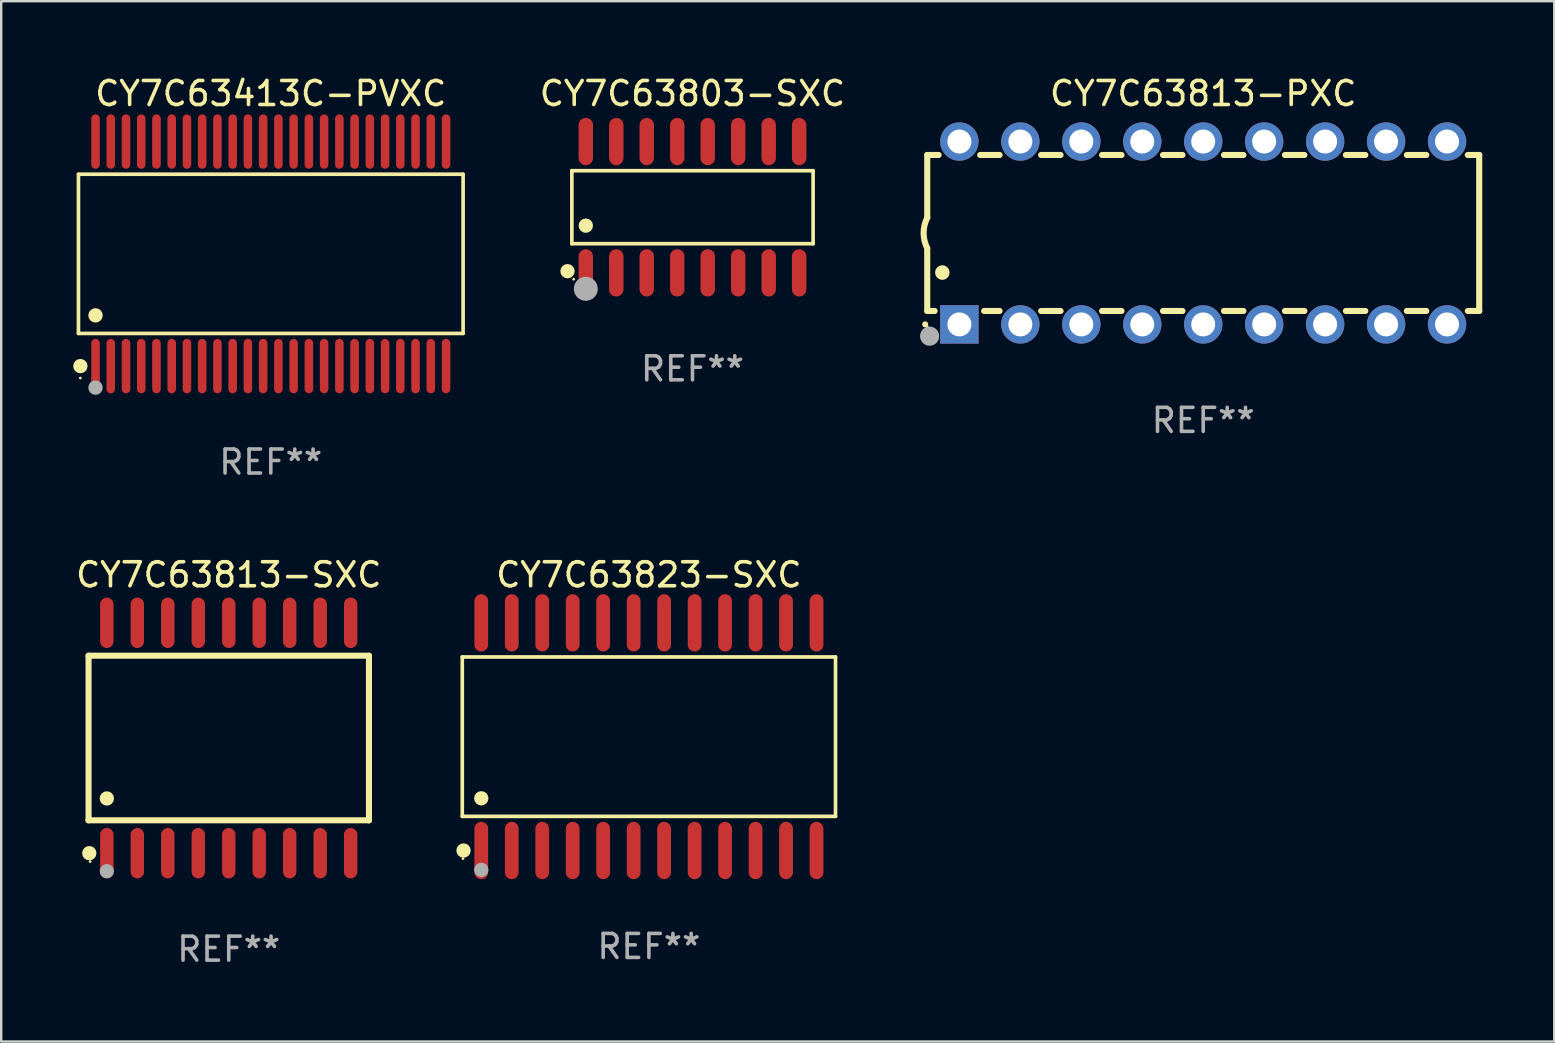
<source format=kicad_pcb>
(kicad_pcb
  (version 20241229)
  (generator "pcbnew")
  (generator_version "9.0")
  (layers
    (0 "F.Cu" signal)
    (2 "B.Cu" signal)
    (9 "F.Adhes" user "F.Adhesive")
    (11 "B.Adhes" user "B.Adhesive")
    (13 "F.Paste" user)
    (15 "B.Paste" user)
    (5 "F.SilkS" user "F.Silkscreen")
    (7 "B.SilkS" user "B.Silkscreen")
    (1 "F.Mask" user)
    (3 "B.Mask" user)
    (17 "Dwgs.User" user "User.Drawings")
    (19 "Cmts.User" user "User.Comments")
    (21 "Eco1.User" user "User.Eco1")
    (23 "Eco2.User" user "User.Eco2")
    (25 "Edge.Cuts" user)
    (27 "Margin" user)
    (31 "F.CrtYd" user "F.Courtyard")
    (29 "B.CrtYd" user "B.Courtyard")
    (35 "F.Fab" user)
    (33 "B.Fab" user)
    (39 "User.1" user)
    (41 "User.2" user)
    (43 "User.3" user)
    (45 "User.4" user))
  (footprint "CY7C63413C-PVXC"
    (layer "F.Cu")
    (at 8.233 7.527)
    (property "Reference" "CY7C63413C-PVXC" (at 0 -6.678 0) (layer "F.SilkS") (effects (font (size 1 1) (thickness 0.15))))
    (attr through_hole)
    (fp_line (start -8.014 -3.316) (end 8.014 -3.316) (stroke (width 0.152) (type solid)) (layer "F.SilkS"))
    (fp_line (start -8.014 3.316) (end -8.014 -3.316) (stroke (width 0.152) (type solid)) (layer "F.SilkS"))
    (fp_line (start 8.014 -3.316) (end 8.014 3.316) (stroke (width 0.152) (type solid)) (layer "F.SilkS"))
    (fp_line (start 8.014 3.316) (end -8.014 3.316) (stroke (width 0.152) (type solid)) (layer "F.SilkS"))
    (fp_circle (center -7.938 5.175) (end -7.908 5.175) (stroke (width 0.06) (type solid)) (fill no) (layer "F.SilkS"))
    (fp_circle (center -7.933 4.678) (end -7.783 4.678) (stroke (width 0.3) (type solid)) (fill no) (layer "F.SilkS"))
    (fp_circle (center -7.303 2.564) (end -7.152 2.564) (stroke (width 0.3) (type solid)) (fill no) (layer "F.SilkS"))
    (fp_circle (center -7.303 5.575) (end -7.152 5.575) (stroke (width 0.3) (type solid)) (fill no) (layer "F.Fab"))
    (fp_text user "REF**" (at 0 8.678 0) (layer "F.Fab") (effects (font (size 1 1) (thickness 0.15))))
    (pad "1" smd oval (at -7.303 4.678) (size 0.356 2.267) (layers "F.Cu" "F.Mask" "F.Paste"))
    (pad "2" smd oval (at -6.668 4.678) (size 0.356 2.267) (layers "F.Cu" "F.Mask" "F.Paste"))
    (pad "3" smd oval (at -6.033 4.678) (size 0.356 2.267) (layers "F.Cu" "F.Mask" "F.Paste"))
    (pad "4" smd oval (at -5.398 4.678) (size 0.356 2.267) (layers "F.Cu" "F.Mask" "F.Paste"))
    (pad "5" smd oval (at -4.763 4.678) (size 0.356 2.267) (layers "F.Cu" "F.Mask" "F.Paste"))
    (pad "6" smd oval (at -4.128 4.678) (size 0.356 2.267) (layers "F.Cu" "F.Mask" "F.Paste"))
    (pad "7" smd oval (at -3.493 4.678) (size 0.356 2.267) (layers "F.Cu" "F.Mask" "F.Paste"))
    (pad "8" smd oval (at -2.858 4.678) (size 0.356 2.267) (layers "F.Cu" "F.Mask" "F.Paste"))
    (pad "9" smd oval (at -2.223 4.678) (size 0.356 2.267) (layers "F.Cu" "F.Mask" "F.Paste"))
    (pad "10" smd oval (at -1.588 4.678) (size 0.356 2.267) (layers "F.Cu" "F.Mask" "F.Paste"))
    (pad "11" smd oval (at -0.953 4.678) (size 0.356 2.267) (layers "F.Cu" "F.Mask" "F.Paste"))
    (pad "12" smd oval (at -0.318 4.678) (size 0.356 2.267) (layers "F.Cu" "F.Mask" "F.Paste"))
    (pad "13" smd oval (at 0.318 4.678) (size 0.356 2.267) (layers "F.Cu" "F.Mask" "F.Paste"))
    (pad "14" smd oval (at 0.953 4.678) (size 0.356 2.267) (layers "F.Cu" "F.Mask" "F.Paste"))
    (pad "15" smd oval (at 1.588 4.678) (size 0.356 2.267) (layers "F.Cu" "F.Mask" "F.Paste"))
    (pad "16" smd oval (at 2.223 4.678) (size 0.356 2.267) (layers "F.Cu" "F.Mask" "F.Paste"))
    (pad "17" smd oval (at 2.858 4.678) (size 0.356 2.267) (layers "F.Cu" "F.Mask" "F.Paste"))
    (pad "18" smd oval (at 3.493 4.678) (size 0.356 2.267) (layers "F.Cu" "F.Mask" "F.Paste"))
    (pad "19" smd oval (at 4.128 4.678) (size 0.356 2.267) (layers "F.Cu" "F.Mask" "F.Paste"))
    (pad "20" smd oval (at 4.763 4.678) (size 0.356 2.267) (layers "F.Cu" "F.Mask" "F.Paste"))
    (pad "21" smd oval (at 5.398 4.678) (size 0.356 2.267) (layers "F.Cu" "F.Mask" "F.Paste"))
    (pad "22" smd oval (at 6.033 4.678) (size 0.356 2.267) (layers "F.Cu" "F.Mask" "F.Paste"))
    (pad "23" smd oval (at 6.668 4.678) (size 0.356 2.267) (layers "F.Cu" "F.Mask" "F.Paste"))
    (pad "24" smd oval (at 7.303 4.678) (size 0.356 2.267) (layers "F.Cu" "F.Mask" "F.Paste"))
    (pad "25" smd oval (at 7.303 -4.678) (size 0.356 2.267) (layers "F.Cu" "F.Mask" "F.Paste"))
    (pad "26" smd oval (at 6.668 -4.678) (size 0.356 2.267) (layers "F.Cu" "F.Mask" "F.Paste"))
    (pad "27" smd oval (at 6.033 -4.678) (size 0.356 2.267) (layers "F.Cu" "F.Mask" "F.Paste"))
    (pad "28" smd oval (at 5.398 -4.678) (size 0.356 2.267) (layers "F.Cu" "F.Mask" "F.Paste"))
    (pad "29" smd oval (at 4.763 -4.678) (size 0.356 2.267) (layers "F.Cu" "F.Mask" "F.Paste"))
    (pad "30" smd oval (at 4.128 -4.678) (size 0.356 2.267) (layers "F.Cu" "F.Mask" "F.Paste"))
    (pad "31" smd oval (at 3.493 -4.678) (size 0.356 2.267) (layers "F.Cu" "F.Mask" "F.Paste"))
    (pad "32" smd oval (at 2.858 -4.678) (size 0.356 2.267) (layers "F.Cu" "F.Mask" "F.Paste"))
    (pad "33" smd oval (at 2.223 -4.678) (size 0.356 2.267) (layers "F.Cu" "F.Mask" "F.Paste"))
    (pad "34" smd oval (at 1.588 -4.678) (size 0.356 2.267) (layers "F.Cu" "F.Mask" "F.Paste"))
    (pad "35" smd oval (at 0.953 -4.678) (size 0.356 2.267) (layers "F.Cu" "F.Mask" "F.Paste"))
    (pad "36" smd oval (at 0.318 -4.678) (size 0.356 2.267) (layers "F.Cu" "F.Mask" "F.Paste"))
    (pad "37" smd oval (at -0.318 -4.678) (size 0.356 2.267) (layers "F.Cu" "F.Mask" "F.Paste"))
    (pad "38" smd oval (at -0.953 -4.678) (size 0.356 2.267) (layers "F.Cu" "F.Mask" "F.Paste"))
    (pad "39" smd oval (at -1.588 -4.678) (size 0.356 2.267) (layers "F.Cu" "F.Mask" "F.Paste"))
    (pad "40" smd oval (at -2.223 -4.678) (size 0.356 2.267) (layers "F.Cu" "F.Mask" "F.Paste"))
    (pad "41" smd oval (at -2.858 -4.678) (size 0.356 2.267) (layers "F.Cu" "F.Mask" "F.Paste"))
    (pad "42" smd oval (at -3.493 -4.678) (size 0.356 2.267) (layers "F.Cu" "F.Mask" "F.Paste"))
    (pad "43" smd oval (at -4.128 -4.678) (size 0.356 2.267) (layers "F.Cu" "F.Mask" "F.Paste"))
    (pad "44" smd oval (at -4.763 -4.678) (size 0.356 2.267) (layers "F.Cu" "F.Mask" "F.Paste"))
    (pad "45" smd oval (at -5.398 -4.678) (size 0.356 2.267) (layers "F.Cu" "F.Mask" "F.Paste"))
    (pad "46" smd oval (at -6.033 -4.678) (size 0.356 2.267) (layers "F.Cu" "F.Mask" "F.Paste"))
    (pad "47" smd oval (at -6.668 -4.678) (size 0.356 2.267) (layers "F.Cu" "F.Mask" "F.Paste"))
    (pad "48" smd oval (at -7.303 -4.678) (size 0.356 2.267) (layers "F.Cu" "F.Mask" "F.Paste")))
  (footprint "CY7C63823-SXC"
    (layer "F.Cu")
    (at 23.989 27.646)
    (property "Reference" "CY7C63823-SXC" (at 0 -6.744 0) (layer "F.SilkS") (effects (font (size 1 1) (thickness 0.15))))
    (attr through_hole)
    (fp_line (start -7.776 -3.321) (end 7.776 -3.321) (stroke (width 0.152) (type solid)) (layer "F.SilkS"))
    (fp_line (start -7.776 3.321) (end -7.776 -3.321) (stroke (width 0.152) (type solid)) (layer "F.SilkS"))
    (fp_line (start 7.776 -3.321) (end 7.776 3.321) (stroke (width 0.152) (type solid)) (layer "F.SilkS"))
    (fp_line (start 7.776 3.321) (end -7.776 3.321) (stroke (width 0.152) (type solid)) (layer "F.SilkS"))
    (fp_circle (center -7.747 5.08) (end -7.717 5.08) (stroke (width 0.06) (type solid)) (fill no) (layer "F.SilkS"))
    (fp_circle (center -7.724 4.744) (end -7.574 4.744) (stroke (width 0.3) (type solid)) (fill no) (layer "F.SilkS"))
    (fp_circle (center -6.985 2.569) (end -6.835 2.569) (stroke (width 0.3) (type solid)) (fill no) (layer "F.SilkS"))
    (fp_circle (center -6.985 5.55) (end -6.835 5.55) (stroke (width 0.3) (type solid)) (fill no) (layer "F.Fab"))
    (fp_text user "REF**" (at 0 8.744 0) (layer "F.Fab") (effects (font (size 1 1) (thickness 0.15))))
    (pad "1" smd oval (at -6.985 4.744) (size 0.574 2.388) (layers "F.Cu" "F.Mask" "F.Paste"))
    (pad "2" smd oval (at -5.715 4.744) (size 0.574 2.388) (layers "F.Cu" "F.Mask" "F.Paste"))
    (pad "3" smd oval (at -4.445 4.744) (size 0.574 2.388) (layers "F.Cu" "F.Mask" "F.Paste"))
    (pad "4" smd oval (at -3.175 4.744) (size 0.574 2.388) (layers "F.Cu" "F.Mask" "F.Paste"))
    (pad "5" smd oval (at -1.905 4.744) (size 0.574 2.388) (layers "F.Cu" "F.Mask" "F.Paste"))
    (pad "6" smd oval (at -0.635 4.744) (size 0.574 2.388) (layers "F.Cu" "F.Mask" "F.Paste"))
    (pad "7" smd oval (at 0.635 4.744) (size 0.574 2.388) (layers "F.Cu" "F.Mask" "F.Paste"))
    (pad "8" smd oval (at 1.905 4.744) (size 0.574 2.388) (layers "F.Cu" "F.Mask" "F.Paste"))
    (pad "9" smd oval (at 3.175 4.744) (size 0.574 2.388) (layers "F.Cu" "F.Mask" "F.Paste"))
    (pad "10" smd oval (at 4.445 4.744) (size 0.574 2.388) (layers "F.Cu" "F.Mask" "F.Paste"))
    (pad "11" smd oval (at 5.715 4.744) (size 0.574 2.388) (layers "F.Cu" "F.Mask" "F.Paste"))
    (pad "12" smd oval (at 6.985 4.744) (size 0.574 2.388) (layers "F.Cu" "F.Mask" "F.Paste"))
    (pad "13" smd oval (at 6.985 -4.744) (size 0.574 2.388) (layers "F.Cu" "F.Mask" "F.Paste"))
    (pad "14" smd oval (at 5.715 -4.744) (size 0.574 2.388) (layers "F.Cu" "F.Mask" "F.Paste"))
    (pad "15" smd oval (at 4.445 -4.744) (size 0.574 2.388) (layers "F.Cu" "F.Mask" "F.Paste"))
    (pad "16" smd oval (at 3.175 -4.744) (size 0.574 2.388) (layers "F.Cu" "F.Mask" "F.Paste"))
    (pad "17" smd oval (at 1.905 -4.744) (size 0.574 2.388) (layers "F.Cu" "F.Mask" "F.Paste"))
    (pad "18" smd oval (at 0.635 -4.744) (size 0.574 2.388) (layers "F.Cu" "F.Mask" "F.Paste"))
    (pad "19" smd oval (at -0.635 -4.744) (size 0.574 2.388) (layers "F.Cu" "F.Mask" "F.Paste"))
    (pad "20" smd oval (at -1.905 -4.744) (size 0.574 2.388) (layers "F.Cu" "F.Mask" "F.Paste"))
    (pad "21" smd oval (at -3.175 -4.744) (size 0.574 2.388) (layers "F.Cu" "F.Mask" "F.Paste"))
    (pad "22" smd oval (at -4.445 -4.744) (size 0.574 2.388) (layers "F.Cu" "F.Mask" "F.Paste"))
    (pad "23" smd oval (at -5.715 -4.744) (size 0.574 2.388) (layers "F.Cu" "F.Mask" "F.Paste"))
    (pad "24" smd oval (at -6.985 -4.744) (size 0.574 2.388) (layers "F.Cu" "F.Mask" "F.Paste")))
  (footprint "CY7C63813-SXC"
    (layer "F.Cu")
    (at 6.482 27.702)
    (property "Reference" "CY7C63813-SXC" (at 0 -6.8 0) (layer "F.SilkS") (effects (font (size 1 1) (thickness 0.15))))
    (attr through_hole)
    (fp_line (start -5.842 -3.429) (end -5.842 3.429) (stroke (width 0.254) (type solid)) (layer "F.SilkS"))
    (fp_line (start -5.842 3.429) (end 5.842 3.429) (stroke (width 0.254) (type solid)) (layer "F.SilkS"))
    (fp_line (start 5.842 -3.429) (end -5.842 -3.429) (stroke (width 0.254) (type solid)) (layer "F.SilkS"))
    (fp_line (start 5.842 3.429) (end 5.842 -3.429) (stroke (width 0.254) (type solid)) (layer "F.SilkS"))
    (fp_circle (center -5.812 4.8) (end -5.662 4.8) (stroke (width 0.3) (type solid)) (fill no) (layer "F.SilkS"))
    (fp_circle (center -5.775 5.15) (end -5.745 5.15) (stroke (width 0.06) (type solid)) (fill no) (layer "F.SilkS"))
    (fp_circle (center -5.08 2.519) (end -4.93 2.519) (stroke (width 0.3) (type solid)) (fill no) (layer "F.SilkS"))
    (fp_circle (center -5.08 5.55) (end -4.93 5.55) (stroke (width 0.3) (type solid)) (fill no) (layer "F.Fab"))
    (fp_text user "REF**" (at 0 8.8 0) (layer "F.Fab") (effects (font (size 1 1) (thickness 0.15))))
    (pad "1" smd oval (at -5.08 4.8) (size 0.56 2.1) (layers "F.Cu" "F.Mask" "F.Paste"))
    (pad "2" smd oval (at -3.81 4.8) (size 0.56 2.1) (layers "F.Cu" "F.Mask" "F.Paste"))
    (pad "3" smd oval (at -2.54 4.8) (size 0.56 2.1) (layers "F.Cu" "F.Mask" "F.Paste"))
    (pad "4" smd oval (at -1.27 4.8) (size 0.56 2.1) (layers "F.Cu" "F.Mask" "F.Paste"))
    (pad "5" smd oval (at 0 4.8) (size 0.56 2.1) (layers "F.Cu" "F.Mask" "F.Paste"))
    (pad "6" smd oval (at 1.27 4.8) (size 0.56 2.1) (layers "F.Cu" "F.Mask" "F.Paste"))
    (pad "7" smd oval (at 2.54 4.8) (size 0.56 2.1) (layers "F.Cu" "F.Mask" "F.Paste"))
    (pad "8" smd oval (at 3.81 4.8) (size 0.56 2.1) (layers "F.Cu" "F.Mask" "F.Paste"))
    (pad "9" smd oval (at 5.08 4.8) (size 0.56 2.1) (layers "F.Cu" "F.Mask" "F.Paste"))
    (pad "10" smd oval (at 5.08 -4.8) (size 0.56 2.1) (layers "F.Cu" "F.Mask" "F.Paste"))
    (pad "11" smd oval (at 3.81 -4.8) (size 0.56 2.1) (layers "F.Cu" "F.Mask" "F.Paste"))
    (pad "12" smd oval (at 2.54 -4.8) (size 0.56 2.1) (layers "F.Cu" "F.Mask" "F.Paste"))
    (pad "13" smd oval (at 1.27 -4.8) (size 0.56 2.1) (layers "F.Cu" "F.Mask" "F.Paste"))
    (pad "14" smd oval (at 0 -4.8) (size 0.56 2.1) (layers "F.Cu" "F.Mask" "F.Paste"))
    (pad "15" smd oval (at -1.27 -4.8) (size 0.56 2.1) (layers "F.Cu" "F.Mask" "F.Paste"))
    (pad "16" smd oval (at -2.54 -4.8) (size 0.56 2.1) (layers "F.Cu" "F.Mask" "F.Paste"))
    (pad "17" smd oval (at -3.81 -4.8) (size 0.56 2.1) (layers "F.Cu" "F.Mask" "F.Paste"))
    (pad "18" smd oval (at -5.08 -4.8) (size 0.56 2.1) (layers "F.Cu" "F.Mask" "F.Paste")))
  (footprint "CY7C63813-PXC"
    (layer "F.Cu")
    (at 47.087 6.658)
    (property "Reference" "CY7C63813-PXC" (at 0 -5.81 0) (layer "F.SilkS") (effects (font (size 1 1) (thickness 0.15))))
    (attr through_hole)
    (fp_line (start -11.5 -3.25) (end -11.5 -0.635) (stroke (width 0.254) (type solid)) (layer "F.SilkS"))
    (fp_line (start -11.5 3.25) (end -11.5 0.635) (stroke (width 0.254) (type solid)) (layer "F.SilkS"))
    (fp_line (start -11.5 3.25) (end -11.191 3.25) (stroke (width 0.254) (type solid)) (layer "F.SilkS"))
    (fp_line (start -11.025 -3.25) (end -11.5 -3.25) (stroke (width 0.254) (type solid)) (layer "F.SilkS"))
    (fp_line (start -9.129 3.25) (end -8.485 3.25) (stroke (width 0.254) (type solid)) (layer "F.SilkS"))
    (fp_line (start -8.485 -3.25) (end -9.295 -3.25) (stroke (width 0.254) (type solid)) (layer "F.SilkS"))
    (fp_line (start -6.755 3.25) (end -5.945 3.25) (stroke (width 0.254) (type solid)) (layer "F.SilkS"))
    (fp_line (start -5.945 -3.25) (end -6.755 -3.25) (stroke (width 0.254) (type solid)) (layer "F.SilkS"))
    (fp_line (start -4.215 3.25) (end -3.405 3.25) (stroke (width 0.254) (type solid)) (layer "F.SilkS"))
    (fp_line (start -3.405 -3.25) (end -4.215 -3.25) (stroke (width 0.254) (type solid)) (layer "F.SilkS"))
    (fp_line (start -1.675 3.25) (end -0.865 3.25) (stroke (width 0.254) (type solid)) (layer "F.SilkS"))
    (fp_line (start -0.865 -3.25) (end -1.675 -3.25) (stroke (width 0.254) (type solid)) (layer "F.SilkS"))
    (fp_line (start 0.865 3.25) (end 1.675 3.25) (stroke (width 0.254) (type solid)) (layer "F.SilkS"))
    (fp_line (start 1.675 -3.25) (end 0.865 -3.25) (stroke (width 0.254) (type solid)) (layer "F.SilkS"))
    (fp_line (start 3.405 3.25) (end 4.215 3.25) (stroke (width 0.254) (type solid)) (layer "F.SilkS"))
    (fp_line (start 4.215 -3.25) (end 3.405 -3.25) (stroke (width 0.254) (type solid)) (layer "F.SilkS"))
    (fp_line (start 5.945 3.25) (end 6.755 3.25) (stroke (width 0.254) (type solid)) (layer "F.SilkS"))
    (fp_line (start 6.755 -3.25) (end 5.945 -3.25) (stroke (width 0.254) (type solid)) (layer "F.SilkS"))
    (fp_line (start 8.485 3.25) (end 9.295 3.25) (stroke (width 0.254) (type solid)) (layer "F.SilkS"))
    (fp_line (start 9.295 -3.25) (end 8.485 -3.25) (stroke (width 0.254) (type solid)) (layer "F.SilkS"))
    (fp_line (start 11.025 3.25) (end 11.5 3.25) (stroke (width 0.254) (type solid)) (layer "F.SilkS"))
    (fp_line (start 11.5 -3.25) (end 11.025 -3.25) (stroke (width 0.254) (type solid)) (layer "F.SilkS"))
    (fp_line (start 11.5 -3.25) (end 11.5 3.25) (stroke (width 0.254) (type solid)) (layer "F.SilkS"))
    (fp_arc (start -11.584963 3.810008) (mid -11.58497 3.808738) (end -11.584963 3.807468) (stroke (width 0.25) (type solid)) (layer "F.SilkS"))
    (fp_arc (start -11.501143 0.635001) (mid -11.650665 -0.000132) (end -11.500025 -0.635001) (stroke (width 0.254001) (type solid)) (layer "F.SilkS"))
    (fp_arc (start -10.871222 1.651003) (mid -10.871233 1.648463) (end -10.871222 1.645923) (stroke (width 0.6) (type solid)) (layer "F.SilkS"))
    (fp_circle (center -11.5 3.91) (end -11.47 3.91) (stroke (width 0.06) (type solid)) (fill no) (layer "F.SilkS"))
    (fp_circle (center -11.4 4.3) (end -11.2 4.3) (stroke (width 0.4) (type solid)) (fill no) (layer "F.Fab"))
    (fp_text user "REF**" (at 0 7.81 0) (layer "F.Fab") (effects (font (size 1 1) (thickness 0.15))))
    (pad "1" thru_hole rect (at -10.16 3.81 90) (size 1.6 1.6) (drill 1) (layers "*.Cu" "*.Mask"))
    (pad "2" thru_hole circle (at -7.62 3.81 90) (size 1.6 1.6) (drill 1) (layers "*.Cu" "*.Mask"))
    (pad "3" thru_hole circle (at -5.08 3.81 90) (size 1.6 1.6) (drill 1) (layers "*.Cu" "*.Mask"))
    (pad "4" thru_hole circle (at -2.54 3.81 90) (size 1.6 1.6) (drill 1) (layers "*.Cu" "*.Mask"))
    (pad "5" thru_hole circle (at 0 3.81 90) (size 1.6 1.6) (drill 1) (layers "*.Cu" "*.Mask"))
    (pad "6" thru_hole circle (at 2.54 3.81 90) (size 1.6 1.6) (drill 1) (layers "*.Cu" "*.Mask"))
    (pad "7" thru_hole circle (at 5.08 3.81 90) (size 1.6 1.6) (drill 1) (layers "*.Cu" "*.Mask"))
    (pad "8" thru_hole circle (at 7.62 3.81 90) (size 1.6 1.6) (drill 1) (layers "*.Cu" "*.Mask"))
    (pad "9" thru_hole circle (at 10.16 3.81 90) (size 1.6 1.6) (drill 1) (layers "*.Cu" "*.Mask"))
    (pad "10" thru_hole circle (at 10.16 -3.81 90) (size 1.6 1.6) (drill 1) (layers "*.Cu" "*.Mask"))
    (pad "11" thru_hole circle (at 7.62 -3.81 90) (size 1.6 1.6) (drill 1) (layers "*.Cu" "*.Mask"))
    (pad "12" thru_hole circle (at 5.08 -3.81 90) (size 1.6 1.6) (drill 1) (layers "*.Cu" "*.Mask"))
    (pad "13" thru_hole circle (at 2.54 -3.81 90) (size 1.6 1.6) (drill 1) (layers "*.Cu" "*.Mask"))
    (pad "14" thru_hole circle (at 0 -3.81 90) (size 1.6 1.6) (drill 1) (layers "*.Cu" "*.Mask"))
    (pad "15" thru_hole circle (at -2.54 -3.81 90) (size 1.6 1.6) (drill 1) (layers "*.Cu" "*.Mask"))
    (pad "16" thru_hole circle (at -5.08 -3.81 90) (size 1.6 1.6) (drill 1) (layers "*.Cu" "*.Mask"))
    (pad "17" thru_hole circle (at -7.62 -3.81 90) (size 1.6 1.6) (drill 1) (layers "*.Cu" "*.Mask"))
    (pad "18" thru_hole circle (at -10.16 -3.81 90) (size 1.6 1.6) (drill 1) (layers "*.Cu" "*.Mask")))
  (footprint "CY7C63803-SXC"
    (layer "F.Cu")
    (at 25.805 5.584)
    (property "Reference" "CY7C63803-SXC" (at 0 -4.736 0) (layer "F.SilkS") (effects (font (size 1 1) (thickness 0.15))))
    (attr through_hole)
    (fp_line (start -5.026 -1.521) (end 5.026 -1.521) (stroke (width 0.152) (type solid)) (layer "F.SilkS"))
    (fp_line (start -5.026 1.521) (end -5.026 -1.521) (stroke (width 0.152) (type solid)) (layer "F.SilkS"))
    (fp_line (start 5.026 -1.521) (end 5.026 1.521) (stroke (width 0.152) (type solid)) (layer "F.SilkS"))
    (fp_line (start 5.026 1.521) (end -5.026 1.521) (stroke (width 0.152) (type solid)) (layer "F.SilkS"))
    (fp_circle (center -5.207 2.667) (end -5.057 2.667) (stroke (width 0.3) (type solid)) (fill no) (layer "F.SilkS"))
    (fp_circle (center -4.95 3) (end -4.92 3) (stroke (width 0.06) (type solid)) (fill no) (layer "F.SilkS"))
    (fp_circle (center -4.445 0.769) (end -4.295 0.769) (stroke (width 0.3) (type solid)) (fill no) (layer "F.SilkS"))
    (fp_circle (center -4.445 3.4) (end -4.195 3.4) (stroke (width 0.5) (type solid)) (fill no) (layer "F.Fab"))
    (fp_text user "REF**" (at 0 6.736 0) (layer "F.Fab") (effects (font (size 1 1) (thickness 0.15))))
    (pad "1" smd oval (at -4.445 2.736) (size 0.602 1.971) (layers "F.Cu" "F.Mask" "F.Paste"))
    (pad "2" smd oval (at -3.175 2.736) (size 0.602 1.971) (layers "F.Cu" "F.Mask" "F.Paste"))
    (pad "3" smd oval (at -1.905 2.736) (size 0.602 1.971) (layers "F.Cu" "F.Mask" "F.Paste"))
    (pad "4" smd oval (at -0.635 2.736) (size 0.602 1.971) (layers "F.Cu" "F.Mask" "F.Paste"))
    (pad "5" smd oval (at 0.635 2.736) (size 0.602 1.971) (layers "F.Cu" "F.Mask" "F.Paste"))
    (pad "6" smd oval (at 1.905 2.736) (size 0.602 1.971) (layers "F.Cu" "F.Mask" "F.Paste"))
    (pad "7" smd oval (at 3.175 2.736) (size 0.602 1.971) (layers "F.Cu" "F.Mask" "F.Paste"))
    (pad "8" smd oval (at 4.445 2.736) (size 0.602 1.971) (layers "F.Cu" "F.Mask" "F.Paste"))
    (pad "9" smd oval (at 4.445 -2.736) (size 0.602 1.971) (layers "F.Cu" "F.Mask" "F.Paste"))
    (pad "10" smd oval (at 3.175 -2.736) (size 0.602 1.971) (layers "F.Cu" "F.Mask" "F.Paste"))
    (pad "11" smd oval (at 1.905 -2.736) (size 0.602 1.971) (layers "F.Cu" "F.Mask" "F.Paste"))
    (pad "12" smd oval (at 0.635 -2.736) (size 0.602 1.971) (layers "F.Cu" "F.Mask" "F.Paste"))
    (pad "13" smd oval (at -0.635 -2.736) (size 0.602 1.971) (layers "F.Cu" "F.Mask" "F.Paste"))
    (pad "14" smd oval (at -1.905 -2.736) (size 0.602 1.971) (layers "F.Cu" "F.Mask" "F.Paste"))
    (pad "15" smd oval (at -3.175 -2.736) (size 0.602 1.971) (layers "F.Cu" "F.Mask" "F.Paste"))
    (pad "16" smd oval (at -4.445 -2.736) (size 0.602 1.971) (layers "F.Cu" "F.Mask" "F.Paste")))
  (gr_rect
    (start -3 -3)
    (end 61.714 40.35)
    (stroke (width 0.1) (type default))
    (fill no)
    (layer "Edge.Cuts")))
</source>
